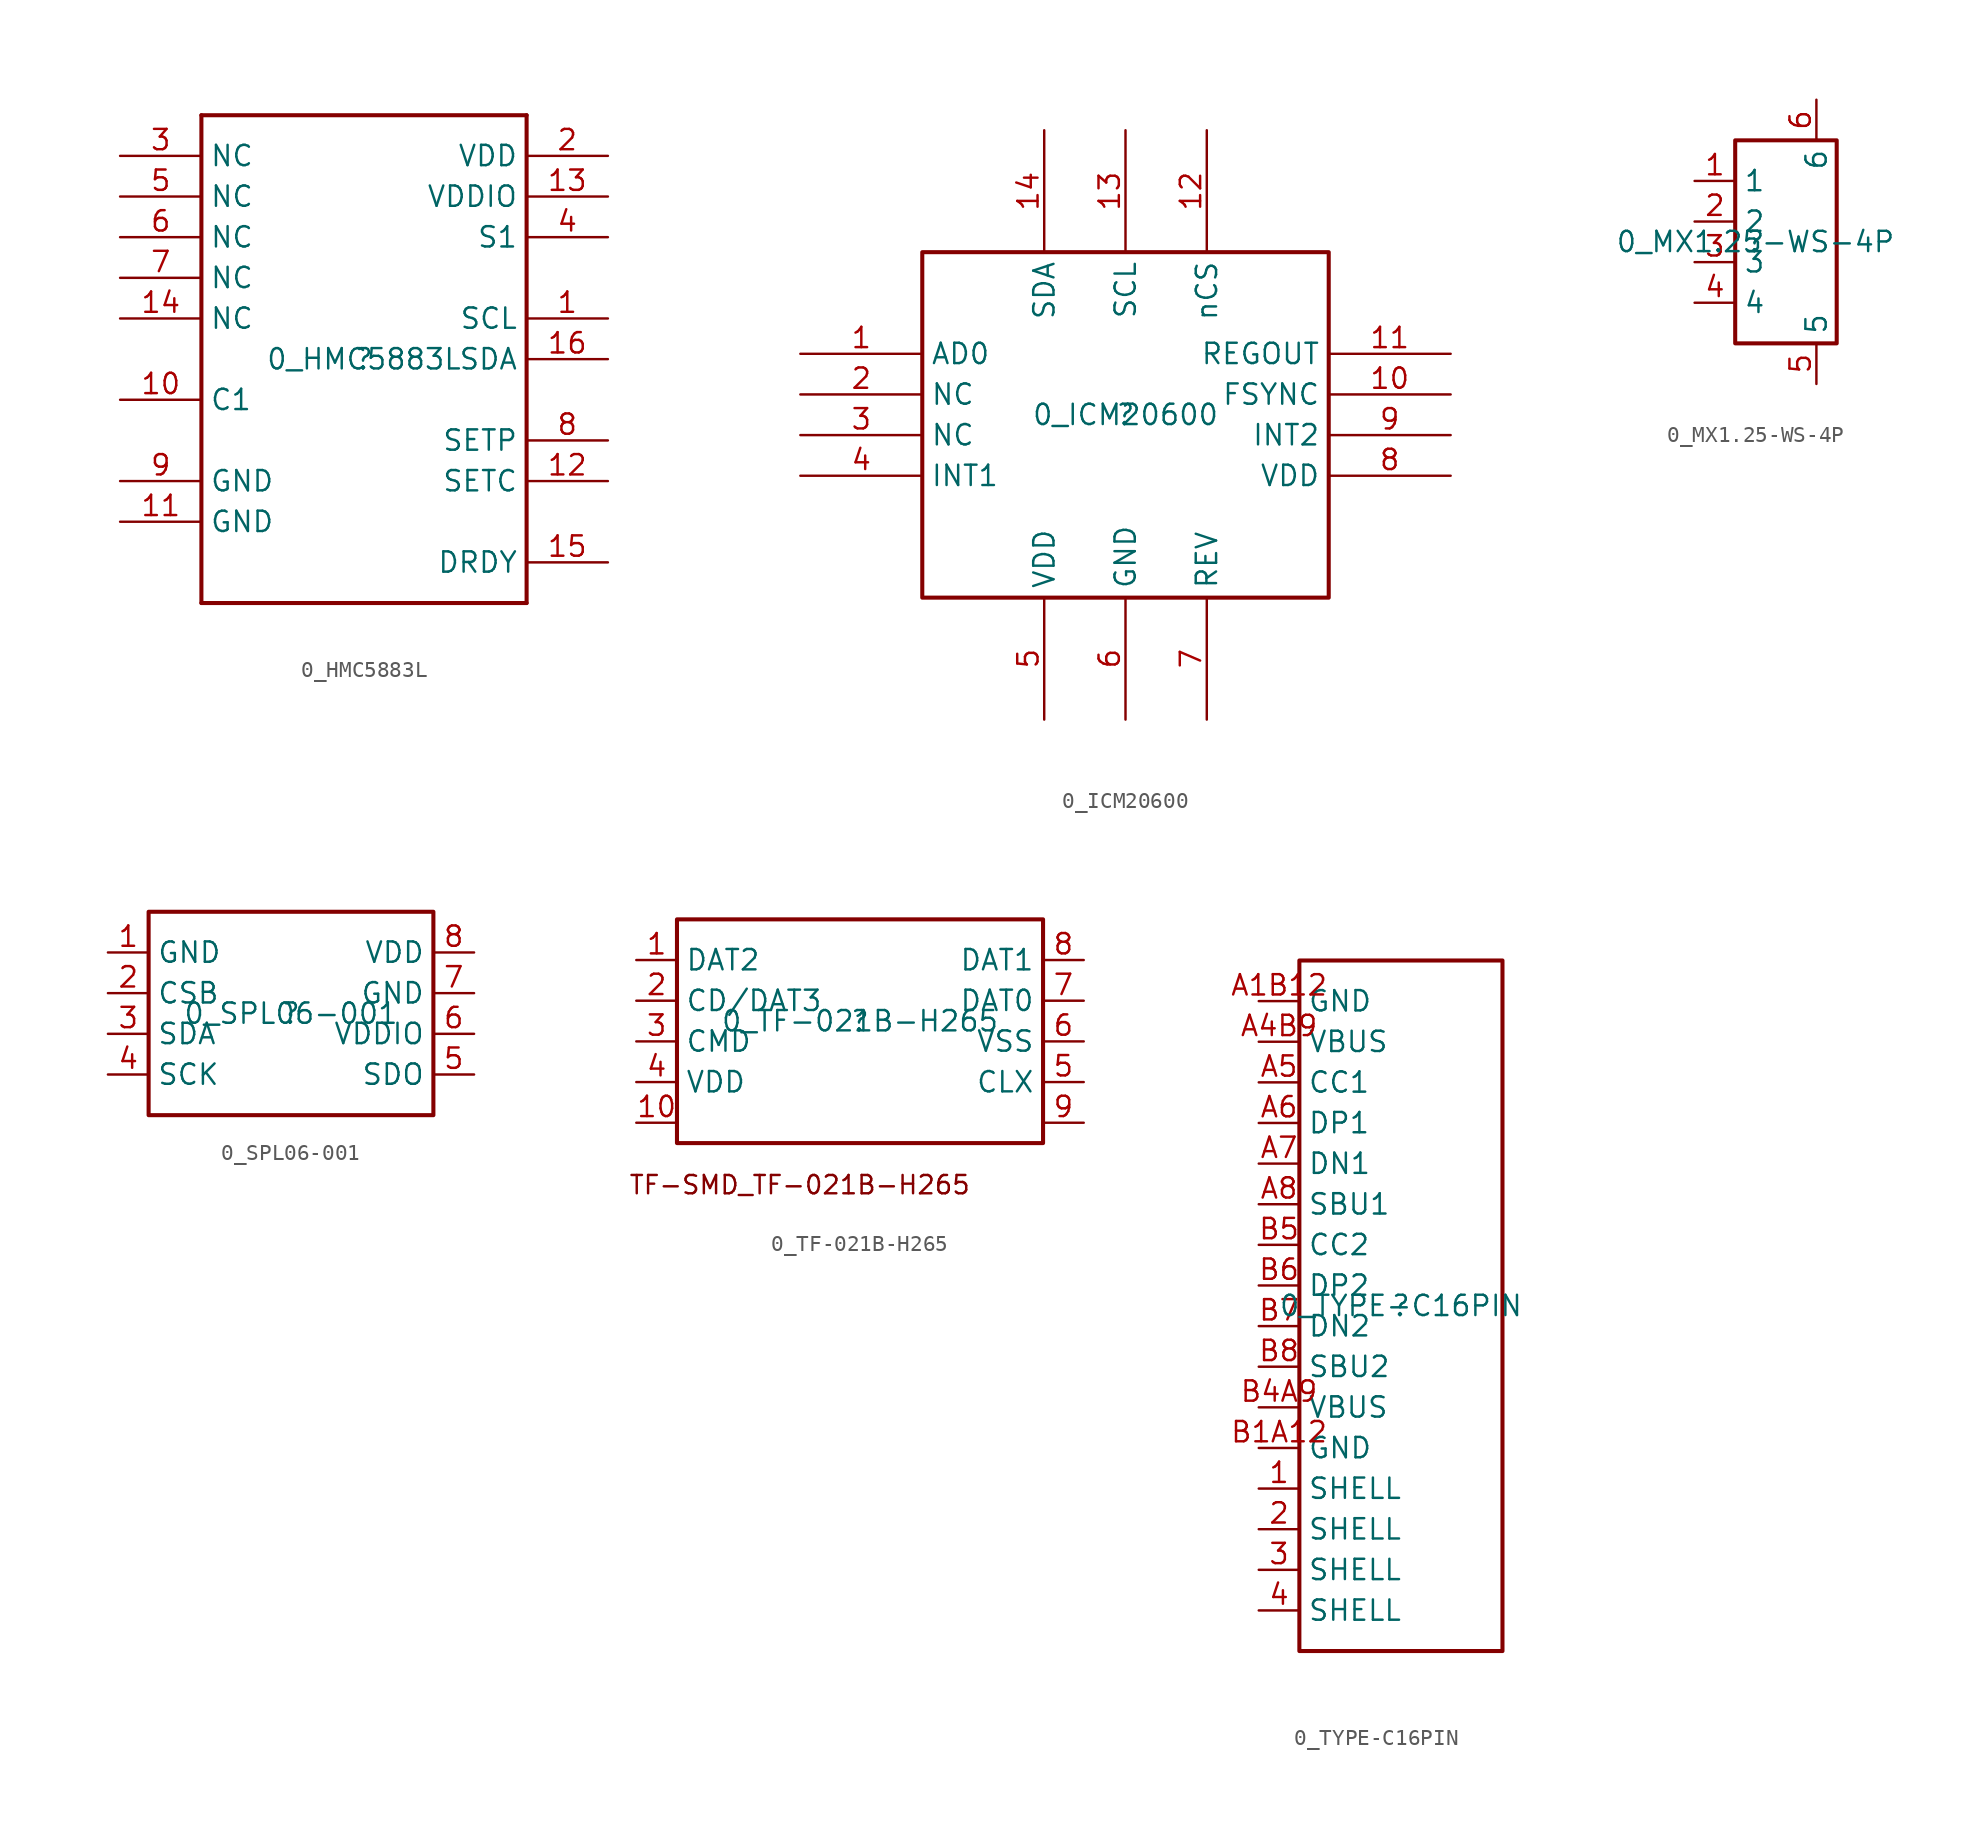
<source format=kicad_sym>
(kicad_symbol_lib
  (version 20211014)
  (generator kicad_symbol_editor)
  (symbol "0_HMC5883L"
    (property "Reference" ""
      (at 0 0 0)
      (effects (font (size 1.27 1.27))))
    (property "Value" "0_HMC5883L"
      (at 0 0 0)
      (effects (font (size 1.27 1.27))))
    (symbol "0_HMC5883L_1_0"
      (polyline (pts (xy -10.16 -15.24) (xy -10.16 15.24)) (stroke (width 0.254) (type default) (color 0 0 0 0)) (fill (type none)))
      (polyline (pts (xy -10.16 15.24) (xy 10.16 15.24)) (stroke (width 0.254) (type default) (color 0 0 0 0)) (fill (type none)))
      (polyline (pts (xy 10.16 -15.24) (xy -10.16 -15.24)) (stroke (width 0.254) (type default) (color 0 0 0 0)) (fill (type none)))
      (polyline (pts (xy 10.16 15.24) (xy 10.16 -15.24)) (stroke (width 0.254) (type default) (color 0 0 0 0)) (fill (type none)))
      (pin passive line (at 15.24 2.54 180) (length 5.08) (name "SCL" (effects (font (size 1.27 1.27)))) (number "1" (effects (font (size 1.27 1.27)))))
      (pin passive line (at -15.24 -2.54 0) (length 5.08) (name "C1" (effects (font (size 1.27 1.27)))) (number "10" (effects (font (size 1.27 1.27)))))
      (pin passive line (at -15.24 -10.16 0) (length 5.08) (name "GND" (effects (font (size 1.27 1.27)))) (number "11" (effects (font (size 1.27 1.27)))))
      (pin passive line (at 15.24 -7.62 180) (length 5.08) (name "SETC" (effects (font (size 1.27 1.27)))) (number "12" (effects (font (size 1.27 1.27)))))
      (pin passive line (at 15.24 10.16 180) (length 5.08) (name "VDDIO" (effects (font (size 1.27 1.27)))) (number "13" (effects (font (size 1.27 1.27)))))
      (pin passive line (at -15.24 2.54 0) (length 5.08) (name "NC" (effects (font (size 1.27 1.27)))) (number "14" (effects (font (size 1.27 1.27)))))
      (pin passive line (at 15.24 -12.7 180) (length 5.08) (name "DRDY" (effects (font (size 1.27 1.27)))) (number "15" (effects (font (size 1.27 1.27)))))
      (pin passive line (at 15.24 0 180) (length 5.08) (name "SDA" (effects (font (size 1.27 1.27)))) (number "16" (effects (font (size 1.27 1.27)))))
      (pin passive line (at 15.24 12.7 180) (length 5.08) (name "VDD" (effects (font (size 1.27 1.27)))) (number "2" (effects (font (size 1.27 1.27)))))
      (pin passive line (at -15.24 12.7 0) (length 5.08) (name "NC" (effects (font (size 1.27 1.27)))) (number "3" (effects (font (size 1.27 1.27)))))
      (pin passive line (at 15.24 7.62 180) (length 5.08) (name "S1" (effects (font (size 1.27 1.27)))) (number "4" (effects (font (size 1.27 1.27)))))
      (pin passive line (at -15.24 10.16 0) (length 5.08) (name "NC" (effects (font (size 1.27 1.27)))) (number "5" (effects (font (size 1.27 1.27)))))
      (pin passive line (at -15.24 7.62 0) (length 5.08) (name "NC" (effects (font (size 1.27 1.27)))) (number "6" (effects (font (size 1.27 1.27)))))
      (pin passive line (at -15.24 5.08 0) (length 5.08) (name "NC" (effects (font (size 1.27 1.27)))) (number "7" (effects (font (size 1.27 1.27)))))
      (pin passive line (at 15.24 -5.08 180) (length 5.08) (name "SETP" (effects (font (size 1.27 1.27)))) (number "8" (effects (font (size 1.27 1.27)))))
      (pin passive line (at -15.24 -7.62 0) (length 5.08) (name "GND" (effects (font (size 1.27 1.27)))) (number "9" (effects (font (size 1.27 1.27)))))))
  (symbol "0_ICM20600"
    (property "Reference" ""
      (at 0 0 0)
      (effects (font (size 1.27 1.27))))
    (property "Value" "0_ICM20600"
      (at 0 0 0)
      (effects (font (size 1.27 1.27))))
    (symbol "0_ICM20600_1_0"
      (rectangle (start 12.7 10.16) (end -12.7 -11.43) (stroke (width 0.254) (type default) (color 0 0 0 0)) (fill (type none)))
      (pin passive line (at -20.32 3.81 0) (length 7.62) (name "AD0" (effects (font (size 1.27 1.27)))) (number "1" (effects (font (size 1.27 1.27)))))
      (pin passive line (at 20.32 1.27 180) (length 7.62) (name "FSYNC" (effects (font (size 1.27 1.27)))) (number "10" (effects (font (size 1.27 1.27)))))
      (pin passive line (at 20.32 3.81 180) (length 7.62) (name "REGOUT" (effects (font (size 1.27 1.27)))) (number "11" (effects (font (size 1.27 1.27)))))
      (pin passive line (at 5.08 17.78 270) (length 7.62) (name "nCS" (effects (font (size 1.27 1.27)))) (number "12" (effects (font (size 1.27 1.27)))))
      (pin passive line (at 0 17.78 270) (length 7.62) (name "SCL" (effects (font (size 1.27 1.27)))) (number "13" (effects (font (size 1.27 1.27)))))
      (pin passive line (at -5.08 17.78 270) (length 7.62) (name "SDA" (effects (font (size 1.27 1.27)))) (number "14" (effects (font (size 1.27 1.27)))))
      (pin passive line (at -20.32 1.27 0) (length 7.62) (name "NC" (effects (font (size 1.27 1.27)))) (number "2" (effects (font (size 1.27 1.27)))))
      (pin passive line (at -20.32 -1.27 0) (length 7.62) (name "NC" (effects (font (size 1.27 1.27)))) (number "3" (effects (font (size 1.27 1.27)))))
      (pin passive line (at -20.32 -3.81 0) (length 7.62) (name "INT1" (effects (font (size 1.27 1.27)))) (number "4" (effects (font (size 1.27 1.27)))))
      (pin passive line (at -5.08 -19.05 90) (length 7.62) (name "VDD" (effects (font (size 1.27 1.27)))) (number "5" (effects (font (size 1.27 1.27)))))
      (pin passive line (at 0 -19.05 90) (length 7.62) (name "GND" (effects (font (size 1.27 1.27)))) (number "6" (effects (font (size 1.27 1.27)))))
      (pin passive line (at 5.08 -19.05 90) (length 7.62) (name "REV" (effects (font (size 1.27 1.27)))) (number "7" (effects (font (size 1.27 1.27)))))
      (pin passive line (at 20.32 -3.81 180) (length 7.62) (name "VDD" (effects (font (size 1.27 1.27)))) (number "8" (effects (font (size 1.27 1.27)))))
      (pin passive line (at 20.32 -1.27 180) (length 7.62) (name "INT2" (effects (font (size 1.27 1.27)))) (number "9" (effects (font (size 1.27 1.27)))))))
  (symbol "0_MX1.25-WS-4P"
    (property "Reference" ""
      (at 0 0 0)
      (effects (font (size 1.27 1.27))))
    (property "Value" "0_MX1.25-WS-4P"
      (at 0 0 0)
      (effects (font (size 1.27 1.27))))
    (symbol "0_MX1.25-WS-4P_1_0"
      (rectangle (start 5.08 6.35) (end -1.27 -6.35) (stroke (width 0.254) (type default) (color 0 0 0 0)) (fill (type none)))
      (pin passive line (at -3.81 3.81 0) (length 2.54) (name "1" (effects (font (size 1.27 1.27)))) (number "1" (effects (font (size 1.27 1.27)))))
      (pin passive line (at -3.81 1.27 0) (length 2.54) (name "2" (effects (font (size 1.27 1.27)))) (number "2" (effects (font (size 1.27 1.27)))))
      (pin passive line (at -3.81 -1.27 0) (length 2.54) (name "3" (effects (font (size 1.27 1.27)))) (number "3" (effects (font (size 1.27 1.27)))))
      (pin passive line (at -3.81 -3.81 0) (length 2.54) (name "4" (effects (font (size 1.27 1.27)))) (number "4" (effects (font (size 1.27 1.27)))))
      (pin passive line (at 3.81 -8.89 90) (length 2.54) (name "5" (effects (font (size 1.27 1.27)))) (number "5" (effects (font (size 1.27 1.27)))))
      (pin passive line (at 3.81 8.89 270) (length 2.54) (name "6" (effects (font (size 1.27 1.27)))) (number "6" (effects (font (size 1.27 1.27)))))))
  (symbol "0_SPL06-001"
    (property "Reference" ""
      (at 0 0 0)
      (effects (font (size 1.27 1.27))))
    (property "Value" "0_SPL06-001"
      (at 0 0 0)
      (effects (font (size 1.27 1.27))))
    (symbol "0_SPL06-001_1_0"
      (rectangle (start 8.89 6.35) (end -8.89 -6.35) (stroke (width 0.254) (type default) (color 0 0 0 0)) (fill (type none)))
      (pin passive line (at -11.43 3.81 0) (length 2.54) (name "GND" (effects (font (size 1.27 1.27)))) (number "1" (effects (font (size 1.27 1.27)))))
      (pin passive line (at -11.43 1.27 0) (length 2.54) (name "CSB" (effects (font (size 1.27 1.27)))) (number "2" (effects (font (size 1.27 1.27)))))
      (pin passive line (at -11.43 -1.27 0) (length 2.54) (name "SDA" (effects (font (size 1.27 1.27)))) (number "3" (effects (font (size 1.27 1.27)))))
      (pin passive line (at -11.43 -3.81 0) (length 2.54) (name "SCK" (effects (font (size 1.27 1.27)))) (number "4" (effects (font (size 1.27 1.27)))))
      (pin passive line (at 11.43 -3.81 180) (length 2.54) (name "SDO" (effects (font (size 1.27 1.27)))) (number "5" (effects (font (size 1.27 1.27)))))
      (pin passive line (at 11.43 -1.27 180) (length 2.54) (name "VDDIO" (effects (font (size 1.27 1.27)))) (number "6" (effects (font (size 1.27 1.27)))))
      (pin passive line (at 11.43 1.27 180) (length 2.54) (name "GND" (effects (font (size 1.27 1.27)))) (number "7" (effects (font (size 1.27 1.27)))))
      (pin passive line (at 11.43 3.81 180) (length 2.54) (name "VDD" (effects (font (size 1.27 1.27)))) (number "8" (effects (font (size 1.27 1.27)))))))
  (symbol "0_TF-021B-H265"
    (property "Reference" ""
      (at 0 0 0)
      (effects (font (size 1.27 1.27))))
    (property "Value" "0_TF-021B-H265"
      (at 0 0 0)
      (effects (font (size 1.27 1.27))))
    (symbol "0_TF-021B-H265_1_0"
      (rectangle (start 11.43 6.35) (end -11.43 -7.62) (stroke (width 0.254) (type default) (color 0 0 0 0)) (fill (type none)))
      (text "TF-SMD_TF-021B-H265" (at -14.478 -10.901 0) (effects (font (size 1.143 1.143)) (justify left bottom)))
      (pin passive line (at -13.97 3.81 0) (length 2.54) (name "DAT2" (effects (font (size 1.27 1.27)))) (number "1" (effects (font (size 1.27 1.27)))))
      (pin passive line (at -13.97 -6.35 0) (length 2.54) (name "10" (effects (font (size 0 0)))) (number "10" (effects (font (size 1.27 1.27)))))
      (pin passive line (at -13.97 1.27 0) (length 2.54) (name "CD/DAT3" (effects (font (size 1.27 1.27)))) (number "2" (effects (font (size 1.27 1.27)))))
      (pin passive line (at -13.97 -1.27 0) (length 2.54) (name "CMD" (effects (font (size 1.27 1.27)))) (number "3" (effects (font (size 1.27 1.27)))))
      (pin passive line (at -13.97 -3.81 0) (length 2.54) (name "VDD" (effects (font (size 1.27 1.27)))) (number "4" (effects (font (size 1.27 1.27)))))
      (pin passive line (at 13.97 -3.81 180) (length 2.54) (name "CLX" (effects (font (size 1.27 1.27)))) (number "5" (effects (font (size 1.27 1.27)))))
      (pin passive line (at 13.97 -1.27 180) (length 2.54) (name "VSS" (effects (font (size 1.27 1.27)))) (number "6" (effects (font (size 1.27 1.27)))))
      (pin passive line (at 13.97 1.27 180) (length 2.54) (name "DAT0" (effects (font (size 1.27 1.27)))) (number "7" (effects (font (size 1.27 1.27)))))
      (pin passive line (at 13.97 3.81 180) (length 2.54) (name "DAT1" (effects (font (size 1.27 1.27)))) (number "8" (effects (font (size 1.27 1.27)))))
      (pin passive line (at 13.97 -6.35 180) (length 2.54) (name "9" (effects (font (size 0 0)))) (number "9" (effects (font (size 1.27 1.27)))))))
  (symbol "0_TYPE-C16PIN"
    (property "Reference" ""
      (at 0 0 0)
      (effects (font (size 1.27 1.27))))
    (property "Value" "0_TYPE-C16PIN"
      (at 0 0 0)
      (effects (font (size 1.27 1.27))))
    (symbol "0_TYPE-C16PIN_1_0"
      (rectangle (start 6.35 21.59) (end -6.35 -21.59) (stroke (width 0.254) (type default) (color 0 0 0 0)) (fill (type none)))
      (pin passive line (at -8.89 -11.43 0) (length 2.54) (name "SHELL" (effects (font (size 1.27 1.27)))) (number "1" (effects (font (size 1.27 1.27)))))
      (pin passive line (at -8.89 -13.97 0) (length 2.54) (name "SHELL" (effects (font (size 1.27 1.27)))) (number "2" (effects (font (size 1.27 1.27)))))
      (pin passive line (at -8.89 -16.51 0) (length 2.54) (name "SHELL" (effects (font (size 1.27 1.27)))) (number "3" (effects (font (size 1.27 1.27)))))
      (pin passive line (at -8.89 -19.05 0) (length 2.54) (name "SHELL" (effects (font (size 1.27 1.27)))) (number "4" (effects (font (size 1.27 1.27)))))
      (pin passive line (at -8.89 19.05 0) (length 2.54) (name "GND" (effects (font (size 1.27 1.27)))) (number "A1B12" (effects (font (size 1.27 1.27)))))
      (pin passive line (at -8.89 16.51 0) (length 2.54) (name "VBUS" (effects (font (size 1.27 1.27)))) (number "A4B9" (effects (font (size 1.27 1.27)))))
      (pin passive line (at -8.89 13.97 0) (length 2.54) (name "CC1" (effects (font (size 1.27 1.27)))) (number "A5" (effects (font (size 1.27 1.27)))))
      (pin passive line (at -8.89 11.43 0) (length 2.54) (name "DP1" (effects (font (size 1.27 1.27)))) (number "A6" (effects (font (size 1.27 1.27)))))
      (pin passive line (at -8.89 8.89 0) (length 2.54) (name "DN1" (effects (font (size 1.27 1.27)))) (number "A7" (effects (font (size 1.27 1.27)))))
      (pin passive line (at -8.89 6.35 0) (length 2.54) (name "SBU1" (effects (font (size 1.27 1.27)))) (number "A8" (effects (font (size 1.27 1.27)))))
      (pin passive line (at -8.89 -8.89 0) (length 2.54) (name "GND" (effects (font (size 1.27 1.27)))) (number "B1A12" (effects (font (size 1.27 1.27)))))
      (pin passive line (at -8.89 -6.35 0) (length 2.54) (name "VBUS" (effects (font (size 1.27 1.27)))) (number "B4A9" (effects (font (size 1.27 1.27)))))
      (pin passive line (at -8.89 3.81 0) (length 2.54) (name "CC2" (effects (font (size 1.27 1.27)))) (number "B5" (effects (font (size 1.27 1.27)))))
      (pin passive line (at -8.89 1.27 0) (length 2.54) (name "DP2" (effects (font (size 1.27 1.27)))) (number "B6" (effects (font (size 1.27 1.27)))))
      (pin passive line (at -8.89 -1.27 0) (length 2.54) (name "DN2" (effects (font (size 1.27 1.27)))) (number "B7" (effects (font (size 1.27 1.27)))))
      (pin passive line (at -8.89 -3.81 0) (length 2.54) (name "SBU2" (effects (font (size 1.27 1.27)))) (number "B8" (effects (font (size 1.27 1.27))))))))
</source>
